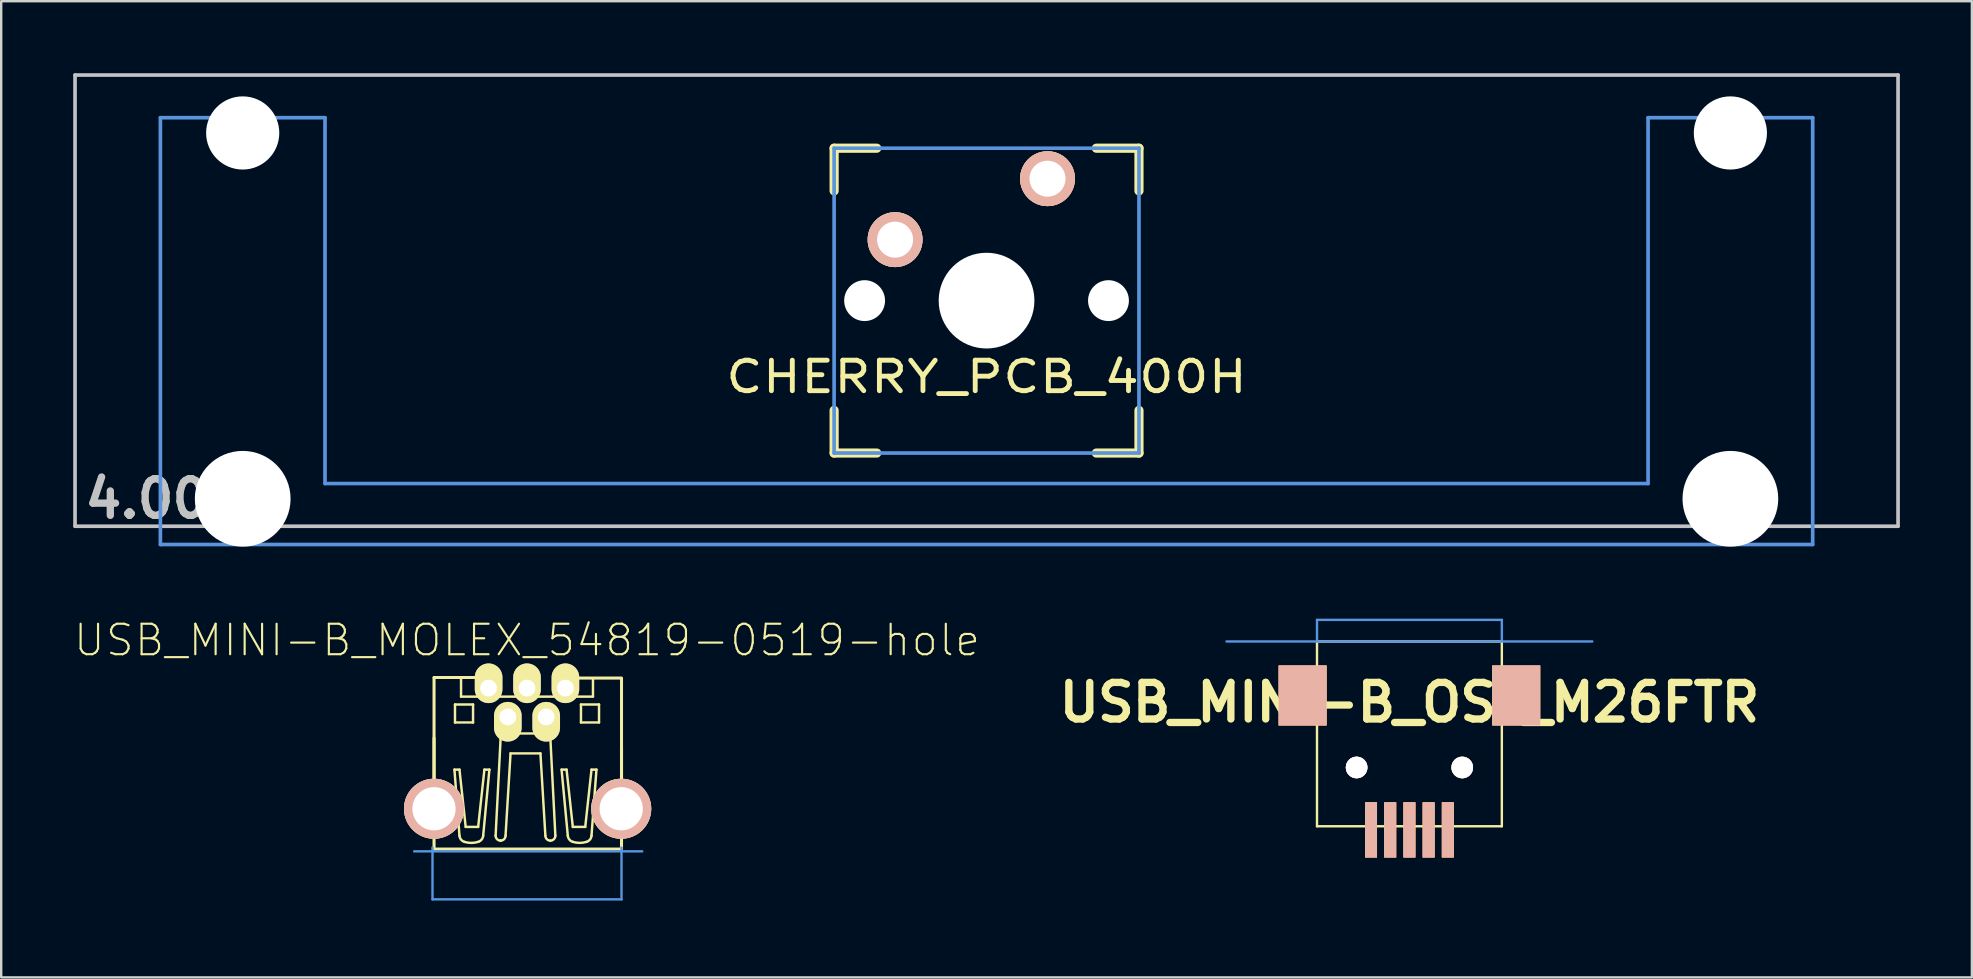
<source format=kicad_pcb>
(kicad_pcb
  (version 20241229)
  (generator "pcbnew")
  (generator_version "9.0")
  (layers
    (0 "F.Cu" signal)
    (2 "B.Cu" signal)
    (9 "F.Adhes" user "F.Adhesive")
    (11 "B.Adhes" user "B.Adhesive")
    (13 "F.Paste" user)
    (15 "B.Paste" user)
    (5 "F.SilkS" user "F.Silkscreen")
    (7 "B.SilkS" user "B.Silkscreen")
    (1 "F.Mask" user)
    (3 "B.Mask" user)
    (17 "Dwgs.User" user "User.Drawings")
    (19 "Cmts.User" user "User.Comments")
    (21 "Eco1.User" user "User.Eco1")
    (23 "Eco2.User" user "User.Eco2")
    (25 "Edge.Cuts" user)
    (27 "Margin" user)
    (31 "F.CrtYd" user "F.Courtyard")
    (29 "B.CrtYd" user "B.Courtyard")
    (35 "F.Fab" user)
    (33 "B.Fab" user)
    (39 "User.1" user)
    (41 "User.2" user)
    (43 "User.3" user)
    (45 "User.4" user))
  (footprint "USB_MINI-B_OST_M26FTR"
    (layer "F.Cu")
    (at 55.666 23.673)
    (property "Reference" "USB_MINI-B_OST_M26FTR" (at 0 2.54 0) (layer "F.SilkS") (effects (font (size 1.524 1.524) (thickness 0.305))))
    (attr through_hole)
    (fp_line (start -3.85 0) (end 3.85 0) (stroke (width 0.1) (type solid)) (layer "F.SilkS"))
    (fp_line (start -3.85 7.7) (end -3.85 0) (stroke (width 0.1) (type solid)) (layer "F.SilkS"))
    (fp_line (start 3.85 0) (end 3.85 7.7) (stroke (width 0.1) (type solid)) (layer "F.SilkS"))
    (fp_line (start 3.85 7.7) (end -3.85 7.7) (stroke (width 0.1) (type solid)) (layer "F.SilkS"))
    (fp_line (start -7.62 0) (end 7.62 0) (stroke (width 0.1) (type solid)) (layer "Cmts.User"))
    (fp_line (start -3.85 -0.9) (end 3.85 -0.9) (stroke (width 0.1) (type solid)) (layer "Cmts.User"))
    (fp_line (start -3.85 0) (end -3.85 -0.9) (stroke (width 0.1) (type solid)) (layer "Cmts.User"))
    (fp_line (start 3.85 -0.9) (end 3.85 0) (stroke (width 0.1) (type solid)) (layer "Cmts.User"))
    (pad "" smd rect (at -4.45 2.25) (size 2 2.5) (layers "*.SilkS" "*.Mask" "F.Cu"))
    (pad "" thru_hole circle (at -2.2 5.25) (size 0.9 0.9) (drill 0.9) (layers "*.Cu" "*.SilkS" "*.Mask"))
    (pad "" thru_hole circle (at 2.2 5.25) (size 0.9 0.9) (drill 0.9) (layers "*.Cu" "*.SilkS" "*.Mask"))
    (pad "" smd rect (at 4.45 2.25) (size 2 2.5) (layers "*.SilkS" "*.Mask" "F.Cu"))
    (pad "1" smd rect (at 1.6 7.85) (size 0.5 2.3) (layers "*.SilkS" "*.Mask" "F.Cu"))
    (pad "2" smd rect (at 0.8 7.85) (size 0.5 2.3) (layers "*.SilkS" "*.Mask" "F.Cu"))
    (pad "3" smd rect (at 0 7.85) (size 0.5 2.3) (layers "*.SilkS" "*.Mask" "F.Cu"))
    (pad "4" smd rect (at -0.8 7.85) (size 0.5 2.3) (layers "*.SilkS" "*.Mask" "F.Cu"))
    (pad "5" smd rect (at -1.6 7.85) (size 0.5 2.3) (layers "*.SilkS" "*.Mask" "F.Cu")))
  (footprint "CHERRY_PCB_400H"
    (layer "F.Cu")
    (at 38.049 9.474)
    (property "Reference" "CHERRY_PCB_400H" (at 0 3.175 0) (layer "F.SilkS") (effects (font (size 1.27 1.524) (thickness 0.203))))
    (attr through_hole)
    (fp_line (start -6.35 -6.35) (end -4.572 -6.35) (stroke (width 0.381) (type solid)) (layer "F.SilkS"))
    (fp_line (start -6.35 -4.572) (end -6.35 -6.35) (stroke (width 0.381) (type solid)) (layer "F.SilkS"))
    (fp_line (start -6.35 6.35) (end -6.35 4.572) (stroke (width 0.381) (type solid)) (layer "F.SilkS"))
    (fp_line (start -4.572 6.35) (end -6.35 6.35) (stroke (width 0.381) (type solid)) (layer "F.SilkS"))
    (fp_line (start 4.572 -6.35) (end 6.35 -6.35) (stroke (width 0.381) (type solid)) (layer "F.SilkS"))
    (fp_line (start 6.35 -6.35) (end 6.35 -4.572) (stroke (width 0.381) (type solid)) (layer "F.SilkS"))
    (fp_line (start 6.35 4.572) (end 6.35 6.35) (stroke (width 0.381) (type solid)) (layer "F.SilkS"))
    (fp_line (start 6.35 6.35) (end 4.572 6.35) (stroke (width 0.381) (type solid)) (layer "F.SilkS"))
    (fp_line (start -37.973 -9.398) (end 37.973 -9.398) (stroke (width 0.152) (type solid)) (layer "Dwgs.User"))
    (fp_line (start -37.973 9.398) (end -37.973 -9.398) (stroke (width 0.152) (type solid)) (layer "Dwgs.User"))
    (fp_line (start 37.973 -9.398) (end 37.973 9.398) (stroke (width 0.152) (type solid)) (layer "Dwgs.User"))
    (fp_line (start 37.973 9.398) (end -37.973 9.398) (stroke (width 0.152) (type solid)) (layer "Dwgs.User"))
    (fp_line (start -34.417 -7.62) (end -34.417 10.16) (stroke (width 0.152) (type solid)) (layer "Cmts.User"))
    (fp_line (start -34.417 10.16) (end 34.417 10.16) (stroke (width 0.152) (type solid)) (layer "Cmts.User"))
    (fp_line (start -27.559 -7.62) (end -34.417 -7.62) (stroke (width 0.152) (type solid)) (layer "Cmts.User"))
    (fp_line (start -27.559 7.62) (end -27.559 -7.62) (stroke (width 0.152) (type solid)) (layer "Cmts.User"))
    (fp_line (start -6.35 -6.35) (end 6.35 -6.35) (stroke (width 0.152) (type solid)) (layer "Cmts.User"))
    (fp_line (start -6.35 6.35) (end -6.35 -6.35) (stroke (width 0.152) (type solid)) (layer "Cmts.User"))
    (fp_line (start 6.35 -6.35) (end 6.35 6.35) (stroke (width 0.152) (type solid)) (layer "Cmts.User"))
    (fp_line (start 6.35 6.35) (end -6.35 6.35) (stroke (width 0.152) (type solid)) (layer "Cmts.User"))
    (fp_line (start 27.559 -7.62) (end 27.559 7.62) (stroke (width 0.152) (type solid)) (layer "Cmts.User"))
    (fp_line (start 27.559 7.62) (end -27.559 7.62) (stroke (width 0.152) (type solid)) (layer "Cmts.User"))
    (fp_line (start 34.417 -7.62) (end 27.559 -7.62) (stroke (width 0.152) (type solid)) (layer "Cmts.User"))
    (fp_line (start 34.417 10.16) (end 34.417 -7.62) (stroke (width 0.152) (type solid)) (layer "Cmts.User"))
    (fp_line (start -35.179 -2.286) (end -34.315 -2.286) (stroke (width 0.152) (type solid)) (layer "Eco2.User"))
    (fp_line (start -35.179 0.508) (end -35.179 -2.286) (stroke (width 0.152) (type solid)) (layer "Eco2.User"))
    (fp_line (start -34.315 -5.69) (end -27.661 -5.69) (stroke (width 0.152) (type solid)) (layer "Eco2.User"))
    (fp_line (start -34.315 -2.286) (end -34.315 -5.69) (stroke (width 0.152) (type solid)) (layer "Eco2.User"))
    (fp_line (start -34.315 0.508) (end -35.179 0.508) (stroke (width 0.152) (type solid)) (layer "Eco2.User"))
    (fp_line (start -34.315 6.604) (end -34.315 0.508) (stroke (width 0.152) (type solid)) (layer "Eco2.User"))
    (fp_line (start -33.274 6.604) (end -34.315 6.604) (stroke (width 0.152) (type solid)) (layer "Eco2.User"))
    (fp_line (start -33.274 7.772) (end -33.274 6.604) (stroke (width 0.152) (type solid)) (layer "Eco2.User"))
    (fp_line (start -28.702 6.604) (end -28.702 7.772) (stroke (width 0.152) (type solid)) (layer "Eco2.User"))
    (fp_line (start -28.702 7.772) (end -33.274 7.772) (stroke (width 0.152) (type solid)) (layer "Eco2.User"))
    (fp_line (start -27.661 -5.69) (end -27.661 -2.286) (stroke (width 0.152) (type solid)) (layer "Eco2.User"))
    (fp_line (start -27.661 -2.286) (end -6.985 -2.286) (stroke (width 0.15) (type solid)) (layer "Eco2.User"))
    (fp_line (start -27.661 2.286) (end -27.661 6.604) (stroke (width 0.152) (type solid)) (layer "Eco2.User"))
    (fp_line (start -27.661 2.286) (end -6.985 2.286) (stroke (width 0.15) (type solid)) (layer "Eco2.User"))
    (fp_line (start -27.661 6.604) (end -28.702 6.604) (stroke (width 0.152) (type solid)) (layer "Eco2.User"))
    (fp_line (start -6.985 -6.985) (end 6.985 -6.985) (stroke (width 0.152) (type solid)) (layer "Eco2.User"))
    (fp_line (start -6.985 -2.286) (end -6.985 -6.985) (stroke (width 0.152) (type solid)) (layer "Eco2.User"))
    (fp_line (start -6.985 6.985) (end -6.985 2.286) (stroke (width 0.152) (type solid)) (layer "Eco2.User"))
    (fp_line (start 6.985 -6.985) (end 6.985 -2.286) (stroke (width 0.152) (type solid)) (layer "Eco2.User"))
    (fp_line (start 6.985 -2.286) (end 27.661 -2.286) (stroke (width 0.15) (type solid)) (layer "Eco2.User"))
    (fp_line (start 6.985 2.286) (end 6.985 6.985) (stroke (width 0.152) (type solid)) (layer "Eco2.User"))
    (fp_line (start 6.985 2.286) (end 27.661 2.286) (stroke (width 0.15) (type solid)) (layer "Eco2.User"))
    (fp_line (start 6.985 6.985) (end -6.985 6.985) (stroke (width 0.152) (type solid)) (layer "Eco2.User"))
    (fp_line (start 27.661 -5.69) (end 34.315 -5.69) (stroke (width 0.152) (type solid)) (layer "Eco2.User"))
    (fp_line (start 27.661 -2.286) (end 27.661 -5.69) (stroke (width 0.152) (type solid)) (layer "Eco2.User"))
    (fp_line (start 27.661 6.604) (end 27.661 2.286) (stroke (width 0.152) (type solid)) (layer "Eco2.User"))
    (fp_line (start 28.702 6.604) (end 27.661 6.604) (stroke (width 0.152) (type solid)) (layer "Eco2.User"))
    (fp_line (start 28.702 7.772) (end 28.702 6.604) (stroke (width 0.152) (type solid)) (layer "Eco2.User"))
    (fp_line (start 33.274 6.604) (end 33.274 7.772) (stroke (width 0.152) (type solid)) (layer "Eco2.User"))
    (fp_line (start 33.274 7.772) (end 28.702 7.772) (stroke (width 0.152) (type solid)) (layer "Eco2.User"))
    (fp_line (start 34.315 -5.69) (end 34.315 -2.286) (stroke (width 0.152) (type solid)) (layer "Eco2.User"))
    (fp_line (start 34.315 -2.286) (end 35.179 -2.286) (stroke (width 0.152) (type solid)) (layer "Eco2.User"))
    (fp_line (start 34.315 0.508) (end 34.315 6.604) (stroke (width 0.152) (type solid)) (layer "Eco2.User"))
    (fp_line (start 34.315 6.604) (end 33.274 6.604) (stroke (width 0.152) (type solid)) (layer "Eco2.User"))
    (fp_line (start 35.179 -2.286) (end 35.179 0.508) (stroke (width 0.152) (type solid)) (layer "Eco2.User"))
    (fp_line (start 35.179 0.508) (end 34.315 0.508) (stroke (width 0.152) (type solid)) (layer "Eco2.User"))
    (fp_text user "4.00u" (at -34.29 8.255 0) (layer "Dwgs.User") (effects (font (size 1.524 1.524) (thickness 0.305))))
    (pad "" np_thru_hole circle (at -30.988 -6.985) (size 3.048 3.048) (drill 3.048) (layers "*.Cu"))
    (pad "" np_thru_hole circle (at -30.988 8.255) (size 3.988 3.988) (drill 3.988) (layers "*.Cu"))
    (pad "" np_thru_hole circle (at -5.08 0) (size 1.702 1.702) (drill 1.702) (layers "*.Cu"))
    (pad "" np_thru_hole circle (at 0 0) (size 3.988 3.988) (drill 3.988) (layers "*.Cu"))
    (pad "" np_thru_hole circle (at 5.08 0) (size 1.702 1.702) (drill 1.702) (layers "*.Cu"))
    (pad "" np_thru_hole circle (at 30.988 -6.985) (size 3.048 3.048) (drill 3.048) (layers "*.Cu"))
    (pad "" np_thru_hole circle (at 30.988 8.255) (size 3.988 3.988) (drill 3.988) (layers "*.Cu"))
    (pad "1" thru_hole circle (at 2.54 -5.08) (size 2.286 2.286) (drill 1.499) (layers "*.Cu" "*.SilkS" "*.Mask"))
    (pad "2" thru_hole circle (at -3.81 -2.54) (size 2.286 2.286) (drill 1.499) (layers "*.Cu" "*.SilkS" "*.Mask")))
  (footprint "USB_MINI-B_MOLEX_54819-0519-hole"
    (layer "F.Cu")
    (at 18.905 34.417)
    (property "Reference" "USB_MINI-B_MOLEX_54819-0519-hole" (at 0 -10.795 0) (layer "F.SilkS") (effects (font (size 1.27 1.27) (thickness 0.089))))
    (attr exclude_from_pos_files exclude_from_bom)
    (fp_line (start -3.873 -9.243) (end -2.073 -9.243) (stroke (width 0.127) (type solid)) (layer "F.SilkS"))
    (fp_line (start -3.873 -4.529) (end -3.873 -9.228) (stroke (width 0.127) (type solid)) (layer "F.SilkS"))
    (fp_line (start -3.873 -4.018) (end -3.873 -6.718) (stroke (width 0.127) (type solid)) (layer "F.SilkS"))
    (fp_line (start -3.873 -4) (end -3.873 -2.095) (stroke (width 0.127) (type solid)) (layer "F.SilkS"))
    (fp_line (start -3.873 -2.095) (end 3.937 -2.095) (stroke (width 0.127) (type solid)) (layer "F.SilkS"))
    (fp_line (start -3.023 -5.405) (end -2.814 -2.654) (stroke (width 0.102) (type solid)) (layer "F.SilkS"))
    (fp_line (start -3 -8.118) (end -2.248 -8.118) (stroke (width 0.102) (type solid)) (layer "F.SilkS"))
    (fp_line (start -3 -7.369) (end -3 -8.118) (stroke (width 0.102) (type solid)) (layer "F.SilkS"))
    (fp_line (start -2.814 -5.405) (end -3.023 -5.405) (stroke (width 0.102) (type solid)) (layer "F.SilkS"))
    (fp_line (start -2.748 -9.195) (end -2.748 -8.445) (stroke (width 0.102) (type solid)) (layer "F.SilkS"))
    (fp_line (start -2.748 -8.445) (end 2.748 -8.445) (stroke (width 0.102) (type solid)) (layer "F.SilkS"))
    (fp_line (start -2.555 -3.018) (end -2.814 -5.405) (stroke (width 0.102) (type solid)) (layer "F.SilkS"))
    (fp_line (start -2.248 -8.118) (end -2.248 -7.369) (stroke (width 0.102) (type solid)) (layer "F.SilkS"))
    (fp_line (start -2.248 -7.369) (end -3 -7.369) (stroke (width 0.102) (type solid)) (layer "F.SilkS"))
    (fp_line (start -2.035 -3.018) (end -2.555 -3.018) (stroke (width 0.102) (type solid)) (layer "F.SilkS"))
    (fp_line (start -1.826 -2.654) (end -1.567 -5.405) (stroke (width 0.102) (type solid)) (layer "F.SilkS"))
    (fp_line (start -1.775 -5.405) (end -2.035 -3.018) (stroke (width 0.102) (type solid)) (layer "F.SilkS"))
    (fp_line (start -1.567 -5.405) (end -1.775 -5.405) (stroke (width 0.102) (type solid)) (layer "F.SilkS"))
    (fp_line (start -1.308 -2.654) (end -1.1 -6.703) (stroke (width 0.102) (type solid)) (layer "F.SilkS"))
    (fp_line (start -1.1 -2.446) (end -1.1 -2.446) (stroke (width 0.102) (type solid)) (layer "F.SilkS"))
    (fp_line (start -0.894 -2.654) (end -0.686 -6.081) (stroke (width 0.102) (type solid)) (layer "F.SilkS"))
    (fp_line (start 0.559 -6.081) (end -0.686 -6.081) (stroke (width 0.102) (type solid)) (layer "F.SilkS"))
    (fp_line (start 0.765 -6.911) (end -0.894 -6.911) (stroke (width 0.102) (type solid)) (layer "F.SilkS"))
    (fp_line (start 0.765 -2.654) (end 0.559 -6.081) (stroke (width 0.102) (type solid)) (layer "F.SilkS"))
    (fp_line (start 1.181 -2.654) (end 0.973 -6.703) (stroke (width 0.102) (type solid)) (layer "F.SilkS"))
    (fp_line (start 1.44 -5.405) (end 1.648 -5.405) (stroke (width 0.102) (type solid)) (layer "F.SilkS"))
    (fp_line (start 1.648 -5.405) (end 1.908 -3.018) (stroke (width 0.102) (type solid)) (layer "F.SilkS"))
    (fp_line (start 1.699 -2.654) (end 1.44 -5.405) (stroke (width 0.102) (type solid)) (layer "F.SilkS"))
    (fp_line (start 1.908 -3.018) (end 2.426 -3.018) (stroke (width 0.102) (type solid)) (layer "F.SilkS"))
    (fp_line (start 2.098 -9.218) (end 3.899 -9.218) (stroke (width 0.127) (type solid)) (layer "F.SilkS"))
    (fp_line (start 2.248 -8.118) (end 2.248 -7.369) (stroke (width 0.102) (type solid)) (layer "F.SilkS"))
    (fp_line (start 2.248 -7.369) (end 3 -7.369) (stroke (width 0.102) (type solid)) (layer "F.SilkS"))
    (fp_line (start 2.426 -3.018) (end 2.687 -5.405) (stroke (width 0.102) (type solid)) (layer "F.SilkS"))
    (fp_line (start 2.687 -5.405) (end 2.893 -5.405) (stroke (width 0.102) (type solid)) (layer "F.SilkS"))
    (fp_line (start 2.748 -8.458) (end 2.748 -9.207) (stroke (width 0.102) (type solid)) (layer "F.SilkS"))
    (fp_line (start 2.893 -5.405) (end 2.687 -2.654) (stroke (width 0.102) (type solid)) (layer "F.SilkS"))
    (fp_line (start 3 -8.118) (end 2.248 -8.118) (stroke (width 0.102) (type solid)) (layer "F.SilkS"))
    (fp_line (start 3 -7.369) (end 3 -8.118) (stroke (width 0.102) (type solid)) (layer "F.SilkS"))
    (fp_line (start 3.937 -6.337) (end 3.937 -4.237) (stroke (width 0.127) (type solid)) (layer "F.SilkS"))
    (fp_line (start 3.937 -4.618) (end 3.937 -9.218) (stroke (width 0.127) (type solid)) (layer "F.SilkS"))
    (fp_line (start 3.937 -2.095) (end 3.937 -4.572) (stroke (width 0.127) (type solid)) (layer "F.SilkS"))
    (fp_arc (start -2.60604 -2.39522) (mid -2.749903 -2.492916) (end -2.813693 -2.654693) (stroke (width 0.1016) (type solid)) (layer "F.SilkS"))
    (fp_arc (start -2.03454 -2.39522) (mid -2.318882 -2.351924) (end -2.603458 -2.393654) (stroke (width 0.1016) (type solid)) (layer "F.SilkS"))
    (fp_arc (start -1.82626 -2.6543) (mid -1.890381 -2.492238) (end -2.034677 -2.394493) (stroke (width 0.1016) (type solid)) (layer "F.SilkS"))
    (fp_arc (start -1.09982 -6.70306) (mid -1.035621 -6.84556) (end -0.892727 -6.908874) (stroke (width 0.1016) (type solid)) (layer "F.SilkS"))
    (fp_arc (start -1.09982 -2.44602) (mid -1.247096 -2.507024) (end -1.3081 -2.6543) (stroke (width 0.1016) (type solid)) (layer "F.SilkS"))
    (fp_arc (start -0.89408 -2.6543) (mid -0.95434 -2.50882) (end -1.09982 -2.44856) (stroke (width 0.1016) (type solid)) (layer "F.SilkS"))
    (fp_arc (start 0.76454 -6.91134) (mid 0.909382 -6.848188) (end 0.97514 -6.70451) (stroke (width 0.1016) (type solid)) (layer "F.SilkS"))
    (fp_arc (start 0.97282 -2.44602) (mid 0.825544 -2.507024) (end 0.76454 -2.6543) (stroke (width 0.1016) (type solid)) (layer "F.SilkS"))
    (fp_arc (start 1.1811 -2.6543) (mid 1.120096 -2.507024) (end 0.97282 -2.44602) (stroke (width 0.1016) (type solid)) (layer "F.SilkS"))
    (fp_arc (start 1.90754 -2.39522) (mid 1.763677 -2.492916) (end 1.699887 -2.654693) (stroke (width 0.1016) (type solid)) (layer "F.SilkS"))
    (fp_arc (start 2.47904 -2.39522) (mid 2.194809 -2.352667) (end 1.910557 -2.395074) (stroke (width 0.1016) (type solid)) (layer "F.SilkS"))
    (fp_arc (start 2.68732 -2.6543) (mid 2.623199 -2.492238) (end 2.478903 -2.394493) (stroke (width 0.1016) (type solid)) (layer "F.SilkS"))
    (fp_line (start -3.937 -2.159) (end -3.937 0) (stroke (width 0.1) (type solid)) (layer "Cmts.User"))
    (fp_line (start -3.937 0) (end 3.937 0) (stroke (width 0.1) (type solid)) (layer "Cmts.User"))
    (fp_line (start 3.937 0) (end 3.937 -2.159) (stroke (width 0.1) (type solid)) (layer "Cmts.User"))
    (fp_line (start 4.8 -2) (end -4.7 -2) (stroke (width 0.1) (type solid)) (layer "Cmts.User"))
    (pad "" thru_hole circle (at -3.875 -3.775) (size 2.5 2.5) (drill 1.8) (layers "*.Cu" "*.SilkS" "*.Mask"))
    (pad "" thru_hole circle (at 3.925 -3.775) (size 2.5 2.5) (drill 1.8) (layers "*.Cu" "*.SilkS" "*.Mask"))
    (pad "1" thru_hole oval (at -1.6 -8.801) (size 1.15 1.651) (drill 0.7 (offset 0 -0.201)) (layers "*.Cu" "*.Mask" "F.SilkS"))
    (pad "2" thru_hole oval (at -0.8 -7.6) (size 1.15 1.651) (drill 0.7 (offset 0 0.201)) (layers "*.Cu" "*.Mask" "F.SilkS"))
    (pad "3" thru_hole oval (at 0 -8.801) (size 1.15 1.651) (drill 0.7 (offset 0 -0.201)) (layers "*.Cu" "*.Mask" "F.SilkS"))
    (pad "4" thru_hole oval (at 0.8 -7.6) (size 1.15 1.651) (drill 0.7 (offset 0 0.201)) (layers "*.Cu" "*.Mask" "F.SilkS"))
    (pad "5" thru_hole oval (at 1.6 -8.801) (size 1.15 1.651) (drill 0.7 (offset 0 -0.201)) (layers "*.Cu" "*.Mask" "F.SilkS")))
  (gr_rect
    (start -3 -3)
    (end 79.098 37.667)
    (stroke (width 0.1) (type default))
    (fill no)
    (layer "Edge.Cuts")))
</source>
